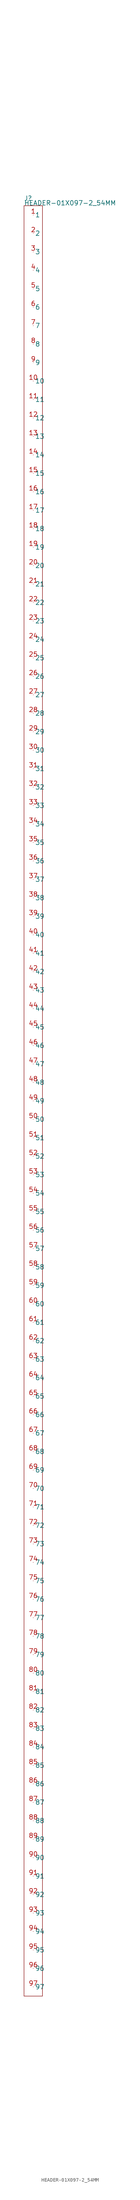
<source format=kicad_sym>
(kicad_symbol_lib
  (version 20211014)
  (generator kicad_symbol_editor)
  (symbol "HEADER-01X097-2_54MM"
    (pin_names)
    (property "Reference" "J"
      (at -2.54 247.65 0)
      (effects (font (size 1.27 1.27)) (justify left bottom)))
    (property "Value" "HEADER-01X097-2_54MM"
      (at -2.54 246.38 0)
      (effects (font (size 1.27 1.27)) (justify left bottom)))
    (property "Datasheet" ""
      (at 0 0 0))
    (property "ki_description" "Header 1x97  - Header Vertical 97POS 2.54MM Technical Specifications: Pitch: 0.1\" (2.54mm) "
      (at 0 0 0))
    (property "ki_fp_filters" "FlashPCB_Connectors:HEADER-THT-01X097-2_54MM FlashPCB_Connectors:HEADER-THT-LONG-01X097-2_54MM FlashPCB_Connectors:HEADER-THT-NOSILK-01X097-2_54MM FlashPCB_Connectors:HEADER-THT-LONG-NOSILK-01X097-2_54MM"
      (at 0 0 0))
    (symbol "HEADER-01X097-2_54MM_1_1"
      (polyline (pts (xy -2.54 246.38) (xy 2.54 246.38)) (stroke (width 0.127)) (fill (type none)))
      (polyline (pts (xy 2.54 246.38) (xy 2.54 -246.38)) (stroke (width 0.127)) (fill (type none)))
      (polyline (pts (xy 2.54 -246.38) (xy -2.54 -246.38)) (stroke (width 0.127)) (fill (type none)))
      (polyline (pts (xy -2.54 -246.38) (xy -2.54 246.38)) (stroke (width 0.127)) (fill (type none)))
      (pin bidirectional line (at 0 243.84 0) (length 0) (name "1" (effects (font (size 1.27 1.27)))) (number "1" (effects (font (size 1.27 1.27)))))
      (pin bidirectional line (at 0 238.76 0) (length 0) (name "2" (effects (font (size 1.27 1.27)))) (number "2" (effects (font (size 1.27 1.27)))))
      (pin bidirectional line (at 0 233.68 0) (length 0) (name "3" (effects (font (size 1.27 1.27)))) (number "3" (effects (font (size 1.27 1.27)))))
      (pin bidirectional line (at 0 228.6 0) (length 0) (name "4" (effects (font (size 1.27 1.27)))) (number "4" (effects (font (size 1.27 1.27)))))
      (pin bidirectional line (at 0 223.52 0) (length 0) (name "5" (effects (font (size 1.27 1.27)))) (number "5" (effects (font (size 1.27 1.27)))))
      (pin bidirectional line (at 0 218.44 0) (length 0) (name "6" (effects (font (size 1.27 1.27)))) (number "6" (effects (font (size 1.27 1.27)))))
      (pin bidirectional line (at 0 213.36 0) (length 0) (name "7" (effects (font (size 1.27 1.27)))) (number "7" (effects (font (size 1.27 1.27)))))
      (pin bidirectional line (at 0 208.28 0) (length 0) (name "8" (effects (font (size 1.27 1.27)))) (number "8" (effects (font (size 1.27 1.27)))))
      (pin bidirectional line (at 0 203.2 0) (length 0) (name "9" (effects (font (size 1.27 1.27)))) (number "9" (effects (font (size 1.27 1.27)))))
      (pin bidirectional line (at 0 198.12 0) (length 0) (name "10" (effects (font (size 1.27 1.27)))) (number "10" (effects (font (size 1.27 1.27)))))
      (pin bidirectional line (at 0 193.04 0) (length 0) (name "11" (effects (font (size 1.27 1.27)))) (number "11" (effects (font (size 1.27 1.27)))))
      (pin bidirectional line (at 0 187.96 0) (length 0) (name "12" (effects (font (size 1.27 1.27)))) (number "12" (effects (font (size 1.27 1.27)))))
      (pin bidirectional line (at 0 182.88 0) (length 0) (name "13" (effects (font (size 1.27 1.27)))) (number "13" (effects (font (size 1.27 1.27)))))
      (pin bidirectional line (at 0 177.8 0) (length 0) (name "14" (effects (font (size 1.27 1.27)))) (number "14" (effects (font (size 1.27 1.27)))))
      (pin bidirectional line (at 0 172.72 0) (length 0) (name "15" (effects (font (size 1.27 1.27)))) (number "15" (effects (font (size 1.27 1.27)))))
      (pin bidirectional line (at 0 167.64 0) (length 0) (name "16" (effects (font (size 1.27 1.27)))) (number "16" (effects (font (size 1.27 1.27)))))
      (pin bidirectional line (at 0 162.56 0) (length 0) (name "17" (effects (font (size 1.27 1.27)))) (number "17" (effects (font (size 1.27 1.27)))))
      (pin bidirectional line (at 0 157.48 0) (length 0) (name "18" (effects (font (size 1.27 1.27)))) (number "18" (effects (font (size 1.27 1.27)))))
      (pin bidirectional line (at 0 152.4 0) (length 0) (name "19" (effects (font (size 1.27 1.27)))) (number "19" (effects (font (size 1.27 1.27)))))
      (pin bidirectional line (at 0 147.32 0) (length 0) (name "20" (effects (font (size 1.27 1.27)))) (number "20" (effects (font (size 1.27 1.27)))))
      (pin bidirectional line (at 0 142.24 0) (length 0) (name "21" (effects (font (size 1.27 1.27)))) (number "21" (effects (font (size 1.27 1.27)))))
      (pin bidirectional line (at 0 137.16 0) (length 0) (name "22" (effects (font (size 1.27 1.27)))) (number "22" (effects (font (size 1.27 1.27)))))
      (pin bidirectional line (at 0 132.08 0) (length 0) (name "23" (effects (font (size 1.27 1.27)))) (number "23" (effects (font (size 1.27 1.27)))))
      (pin bidirectional line (at 0 127 0) (length 0) (name "24" (effects (font (size 1.27 1.27)))) (number "24" (effects (font (size 1.27 1.27)))))
      (pin bidirectional line (at 0 121.92 0) (length 0) (name "25" (effects (font (size 1.27 1.27)))) (number "25" (effects (font (size 1.27 1.27)))))
      (pin bidirectional line (at 0 116.84 0) (length 0) (name "26" (effects (font (size 1.27 1.27)))) (number "26" (effects (font (size 1.27 1.27)))))
      (pin bidirectional line (at 0 111.76 0) (length 0) (name "27" (effects (font (size 1.27 1.27)))) (number "27" (effects (font (size 1.27 1.27)))))
      (pin bidirectional line (at 0 106.68 0) (length 0) (name "28" (effects (font (size 1.27 1.27)))) (number "28" (effects (font (size 1.27 1.27)))))
      (pin bidirectional line (at 0 101.6 0) (length 0) (name "29" (effects (font (size 1.27 1.27)))) (number "29" (effects (font (size 1.27 1.27)))))
      (pin bidirectional line (at 0 96.52 0) (length 0) (name "30" (effects (font (size 1.27 1.27)))) (number "30" (effects (font (size 1.27 1.27)))))
      (pin bidirectional line (at 0 91.44 0) (length 0) (name "31" (effects (font (size 1.27 1.27)))) (number "31" (effects (font (size 1.27 1.27)))))
      (pin bidirectional line (at 0 86.36 0) (length 0) (name "32" (effects (font (size 1.27 1.27)))) (number "32" (effects (font (size 1.27 1.27)))))
      (pin bidirectional line (at 0 81.28 0) (length 0) (name "33" (effects (font (size 1.27 1.27)))) (number "33" (effects (font (size 1.27 1.27)))))
      (pin bidirectional line (at 0 76.2 0) (length 0) (name "34" (effects (font (size 1.27 1.27)))) (number "34" (effects (font (size 1.27 1.27)))))
      (pin bidirectional line (at 0 71.12 0) (length 0) (name "35" (effects (font (size 1.27 1.27)))) (number "35" (effects (font (size 1.27 1.27)))))
      (pin bidirectional line (at 0 66.04 0) (length 0) (name "36" (effects (font (size 1.27 1.27)))) (number "36" (effects (font (size 1.27 1.27)))))
      (pin bidirectional line (at 0 60.96 0) (length 0) (name "37" (effects (font (size 1.27 1.27)))) (number "37" (effects (font (size 1.27 1.27)))))
      (pin bidirectional line (at 0 55.88 0) (length 0) (name "38" (effects (font (size 1.27 1.27)))) (number "38" (effects (font (size 1.27 1.27)))))
      (pin bidirectional line (at 0 50.8 0) (length 0) (name "39" (effects (font (size 1.27 1.27)))) (number "39" (effects (font (size 1.27 1.27)))))
      (pin bidirectional line (at 0 45.72 0) (length 0) (name "40" (effects (font (size 1.27 1.27)))) (number "40" (effects (font (size 1.27 1.27)))))
      (pin bidirectional line (at 0 40.64 0) (length 0) (name "41" (effects (font (size 1.27 1.27)))) (number "41" (effects (font (size 1.27 1.27)))))
      (pin bidirectional line (at 0 35.56 0) (length 0) (name "42" (effects (font (size 1.27 1.27)))) (number "42" (effects (font (size 1.27 1.27)))))
      (pin bidirectional line (at 0 30.48 0) (length 0) (name "43" (effects (font (size 1.27 1.27)))) (number "43" (effects (font (size 1.27 1.27)))))
      (pin bidirectional line (at 0 25.4 0) (length 0) (name "44" (effects (font (size 1.27 1.27)))) (number "44" (effects (font (size 1.27 1.27)))))
      (pin bidirectional line (at 0 20.32 0) (length 0) (name "45" (effects (font (size 1.27 1.27)))) (number "45" (effects (font (size 1.27 1.27)))))
      (pin bidirectional line (at 0 15.24 0) (length 0) (name "46" (effects (font (size 1.27 1.27)))) (number "46" (effects (font (size 1.27 1.27)))))
      (pin bidirectional line (at 0 10.16 0) (length 0) (name "47" (effects (font (size 1.27 1.27)))) (number "47" (effects (font (size 1.27 1.27)))))
      (pin bidirectional line (at 0 5.08 0) (length 0) (name "48" (effects (font (size 1.27 1.27)))) (number "48" (effects (font (size 1.27 1.27)))))
      (pin bidirectional line (at 0 0 0) (length 0) (name "49" (effects (font (size 1.27 1.27)))) (number "49" (effects (font (size 1.27 1.27)))))
      (pin bidirectional line (at 0 -5.08 0) (length 0) (name "50" (effects (font (size 1.27 1.27)))) (number "50" (effects (font (size 1.27 1.27)))))
      (pin bidirectional line (at 0 -10.16 0) (length 0) (name "51" (effects (font (size 1.27 1.27)))) (number "51" (effects (font (size 1.27 1.27)))))
      (pin bidirectional line (at 0 -15.24 0) (length 0) (name "52" (effects (font (size 1.27 1.27)))) (number "52" (effects (font (size 1.27 1.27)))))
      (pin bidirectional line (at 0 -20.32 0) (length 0) (name "53" (effects (font (size 1.27 1.27)))) (number "53" (effects (font (size 1.27 1.27)))))
      (pin bidirectional line (at 0 -25.4 0) (length 0) (name "54" (effects (font (size 1.27 1.27)))) (number "54" (effects (font (size 1.27 1.27)))))
      (pin bidirectional line (at 0 -30.48 0) (length 0) (name "55" (effects (font (size 1.27 1.27)))) (number "55" (effects (font (size 1.27 1.27)))))
      (pin bidirectional line (at 0 -35.56 0) (length 0) (name "56" (effects (font (size 1.27 1.27)))) (number "56" (effects (font (size 1.27 1.27)))))
      (pin bidirectional line (at 0 -40.64 0) (length 0) (name "57" (effects (font (size 1.27 1.27)))) (number "57" (effects (font (size 1.27 1.27)))))
      (pin bidirectional line (at 0 -45.72 0) (length 0) (name "58" (effects (font (size 1.27 1.27)))) (number "58" (effects (font (size 1.27 1.27)))))
      (pin bidirectional line (at 0 -50.8 0) (length 0) (name "59" (effects (font (size 1.27 1.27)))) (number "59" (effects (font (size 1.27 1.27)))))
      (pin bidirectional line (at 0 -55.88 0) (length 0) (name "60" (effects (font (size 1.27 1.27)))) (number "60" (effects (font (size 1.27 1.27)))))
      (pin bidirectional line (at 0 -60.96 0) (length 0) (name "61" (effects (font (size 1.27 1.27)))) (number "61" (effects (font (size 1.27 1.27)))))
      (pin bidirectional line (at 0 -66.04 0) (length 0) (name "62" (effects (font (size 1.27 1.27)))) (number "62" (effects (font (size 1.27 1.27)))))
      (pin bidirectional line (at 0 -71.12 0) (length 0) (name "63" (effects (font (size 1.27 1.27)))) (number "63" (effects (font (size 1.27 1.27)))))
      (pin bidirectional line (at 0 -76.2 0) (length 0) (name "64" (effects (font (size 1.27 1.27)))) (number "64" (effects (font (size 1.27 1.27)))))
      (pin bidirectional line (at 0 -81.28 0) (length 0) (name "65" (effects (font (size 1.27 1.27)))) (number "65" (effects (font (size 1.27 1.27)))))
      (pin bidirectional line (at 0 -86.36 0) (length 0) (name "66" (effects (font (size 1.27 1.27)))) (number "66" (effects (font (size 1.27 1.27)))))
      (pin bidirectional line (at 0 -91.44 0) (length 0) (name "67" (effects (font (size 1.27 1.27)))) (number "67" (effects (font (size 1.27 1.27)))))
      (pin bidirectional line (at 0 -96.52 0) (length 0) (name "68" (effects (font (size 1.27 1.27)))) (number "68" (effects (font (size 1.27 1.27)))))
      (pin bidirectional line (at 0 -101.6 0) (length 0) (name "69" (effects (font (size 1.27 1.27)))) (number "69" (effects (font (size 1.27 1.27)))))
      (pin bidirectional line (at 0 -106.68 0) (length 0) (name "70" (effects (font (size 1.27 1.27)))) (number "70" (effects (font (size 1.27 1.27)))))
      (pin bidirectional line (at 0 -111.76 0) (length 0) (name "71" (effects (font (size 1.27 1.27)))) (number "71" (effects (font (size 1.27 1.27)))))
      (pin bidirectional line (at 0 -116.84 0) (length 0) (name "72" (effects (font (size 1.27 1.27)))) (number "72" (effects (font (size 1.27 1.27)))))
      (pin bidirectional line (at 0 -121.92 0) (length 0) (name "73" (effects (font (size 1.27 1.27)))) (number "73" (effects (font (size 1.27 1.27)))))
      (pin bidirectional line (at 0 -127 0) (length 0) (name "74" (effects (font (size 1.27 1.27)))) (number "74" (effects (font (size 1.27 1.27)))))
      (pin bidirectional line (at 0 -132.08 0) (length 0) (name "75" (effects (font (size 1.27 1.27)))) (number "75" (effects (font (size 1.27 1.27)))))
      (pin bidirectional line (at 0 -137.16 0) (length 0) (name "76" (effects (font (size 1.27 1.27)))) (number "76" (effects (font (size 1.27 1.27)))))
      (pin bidirectional line (at 0 -142.24 0) (length 0) (name "77" (effects (font (size 1.27 1.27)))) (number "77" (effects (font (size 1.27 1.27)))))
      (pin bidirectional line (at 0 -147.32 0) (length 0) (name "78" (effects (font (size 1.27 1.27)))) (number "78" (effects (font (size 1.27 1.27)))))
      (pin bidirectional line (at 0 -152.4 0) (length 0) (name "79" (effects (font (size 1.27 1.27)))) (number "79" (effects (font (size 1.27 1.27)))))
      (pin bidirectional line (at 0 -157.48 0) (length 0) (name "80" (effects (font (size 1.27 1.27)))) (number "80" (effects (font (size 1.27 1.27)))))
      (pin bidirectional line (at 0 -162.56 0) (length 0) (name "81" (effects (font (size 1.27 1.27)))) (number "81" (effects (font (size 1.27 1.27)))))
      (pin bidirectional line (at 0 -167.64 0) (length 0) (name "82" (effects (font (size 1.27 1.27)))) (number "82" (effects (font (size 1.27 1.27)))))
      (pin bidirectional line (at 0 -172.72 0) (length 0) (name "83" (effects (font (size 1.27 1.27)))) (number "83" (effects (font (size 1.27 1.27)))))
      (pin bidirectional line (at 0 -177.8 0) (length 0) (name "84" (effects (font (size 1.27 1.27)))) (number "84" (effects (font (size 1.27 1.27)))))
      (pin bidirectional line (at 0 -182.88 0) (length 0) (name "85" (effects (font (size 1.27 1.27)))) (number "85" (effects (font (size 1.27 1.27)))))
      (pin bidirectional line (at 0 -187.96 0) (length 0) (name "86" (effects (font (size 1.27 1.27)))) (number "86" (effects (font (size 1.27 1.27)))))
      (pin bidirectional line (at 0 -193.04 0) (length 0) (name "87" (effects (font (size 1.27 1.27)))) (number "87" (effects (font (size 1.27 1.27)))))
      (pin bidirectional line (at 0 -198.12 0) (length 0) (name "88" (effects (font (size 1.27 1.27)))) (number "88" (effects (font (size 1.27 1.27)))))
      (pin bidirectional line (at 0 -203.2 0) (length 0) (name "89" (effects (font (size 1.27 1.27)))) (number "89" (effects (font (size 1.27 1.27)))))
      (pin bidirectional line (at 0 -208.28 0) (length 0) (name "90" (effects (font (size 1.27 1.27)))) (number "90" (effects (font (size 1.27 1.27)))))
      (pin bidirectional line (at 0 -213.36 0) (length 0) (name "91" (effects (font (size 1.27 1.27)))) (number "91" (effects (font (size 1.27 1.27)))))
      (pin bidirectional line (at 0 -218.44 0) (length 0) (name "92" (effects (font (size 1.27 1.27)))) (number "92" (effects (font (size 1.27 1.27)))))
      (pin bidirectional line (at 0 -223.52 0) (length 0) (name "93" (effects (font (size 1.27 1.27)))) (number "93" (effects (font (size 1.27 1.27)))))
      (pin bidirectional line (at 0 -228.6 0) (length 0) (name "94" (effects (font (size 1.27 1.27)))) (number "94" (effects (font (size 1.27 1.27)))))
      (pin bidirectional line (at 0 -233.68 0) (length 0) (name "95" (effects (font (size 1.27 1.27)))) (number "95" (effects (font (size 1.27 1.27)))))
      (pin bidirectional line (at 0 -238.76 0) (length 0) (name "96" (effects (font (size 1.27 1.27)))) (number "96" (effects (font (size 1.27 1.27)))))
      (pin bidirectional line (at 0 -243.84 0) (length 0) (name "97" (effects (font (size 1.27 1.27)))) (number "97" (effects (font (size 1.27 1.27))))))))
</source>
